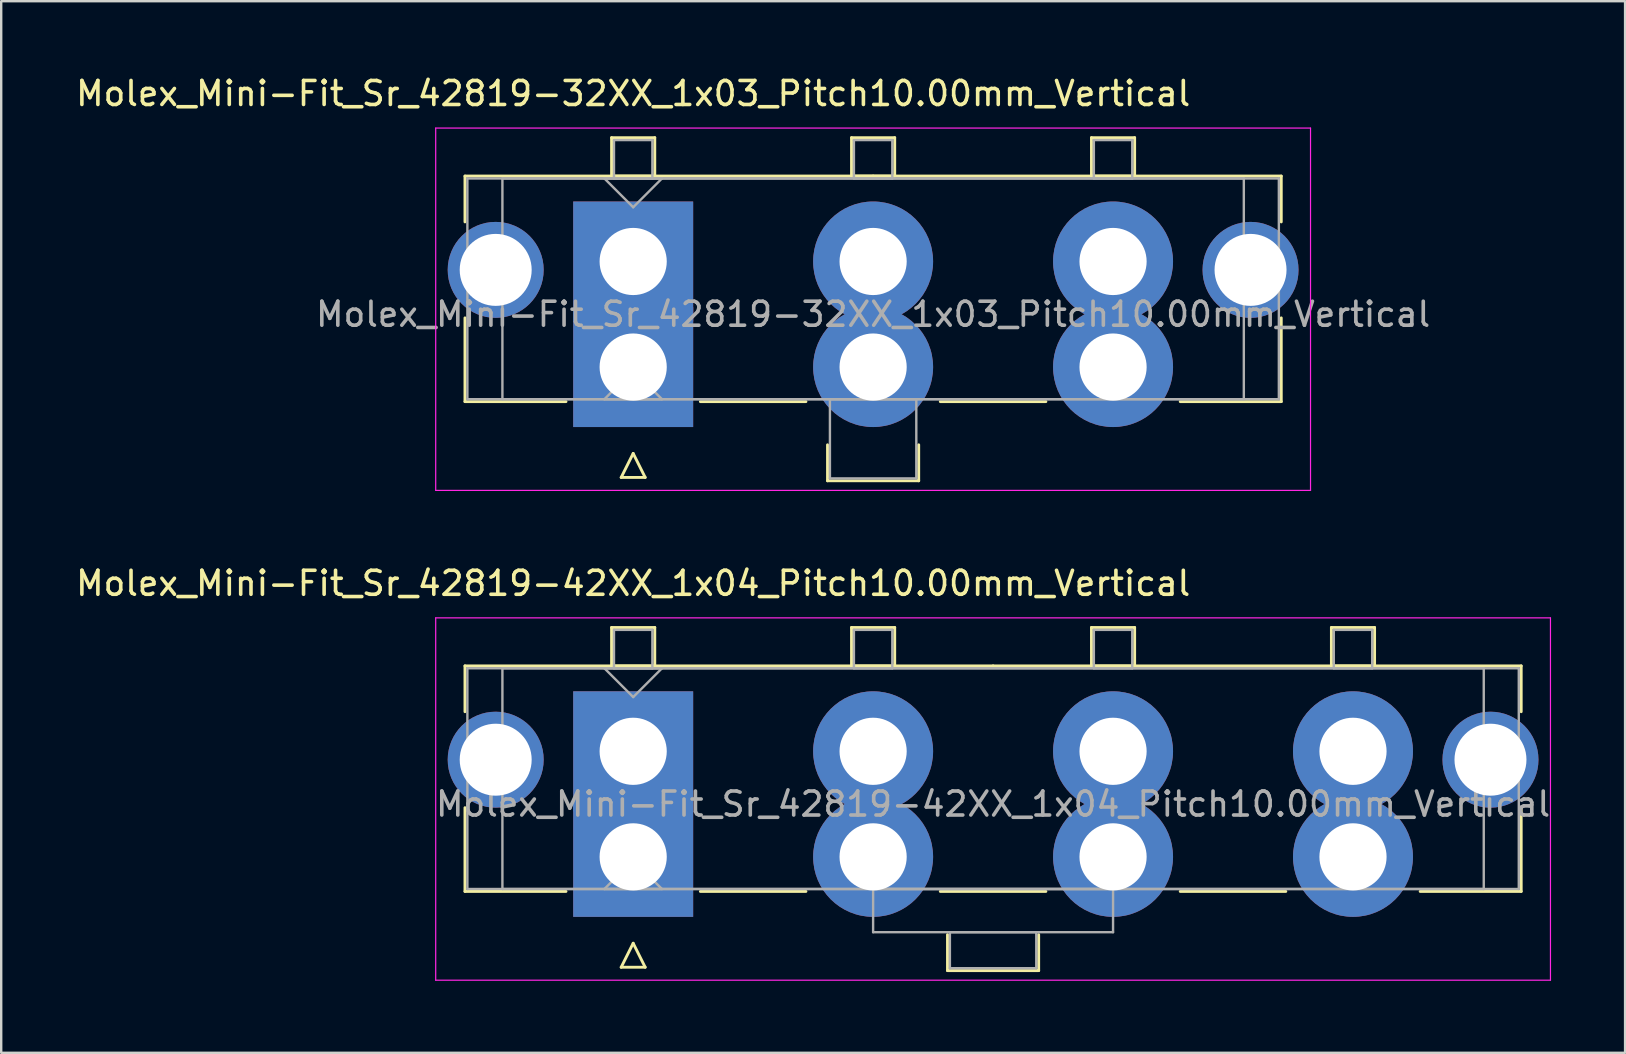
<source format=kicad_pcb>
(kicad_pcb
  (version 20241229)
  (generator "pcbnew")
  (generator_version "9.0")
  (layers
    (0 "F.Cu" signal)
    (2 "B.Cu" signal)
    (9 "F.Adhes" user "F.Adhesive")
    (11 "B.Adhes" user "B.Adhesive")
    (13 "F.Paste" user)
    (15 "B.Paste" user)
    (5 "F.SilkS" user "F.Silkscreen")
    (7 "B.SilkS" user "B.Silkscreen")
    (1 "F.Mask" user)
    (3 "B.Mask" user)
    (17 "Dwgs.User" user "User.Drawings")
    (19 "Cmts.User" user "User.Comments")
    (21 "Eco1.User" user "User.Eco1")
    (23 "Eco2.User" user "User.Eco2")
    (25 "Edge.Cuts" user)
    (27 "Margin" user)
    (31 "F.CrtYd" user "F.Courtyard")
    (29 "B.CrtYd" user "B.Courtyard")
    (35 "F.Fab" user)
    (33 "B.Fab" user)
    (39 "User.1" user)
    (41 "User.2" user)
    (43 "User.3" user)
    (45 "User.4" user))
  (footprint "Molex_Mini-Fit_Sr_42819-32XX_1x03_Pitch10.00mm_Vertical"
    (layer "F.Cu")
    (at 23.339 7.848)
    (property "Reference" "Molex_Mini-Fit_Sr_42819-32XX_1x03_Pitch10.00mm_Vertical" (at 0 -7 0) (layer "F.SilkS") (effects (font (size 1 1) (thickness 0.15))))
    (attr through_hole)
    (fp_line (start -7.01 -3.56) (end -7.01 -1.65) (stroke (width 0.12) (type solid)) (layer "F.SilkS"))
    (fp_line (start -7.01 2.35) (end -7.01 5.84) (stroke (width 0.12) (type solid)) (layer "F.SilkS"))
    (fp_line (start -7.01 5.84) (end -2.8 5.84) (stroke (width 0.12) (type solid)) (layer "F.SilkS"))
    (fp_line (start -0.9 -5.16) (end 0.9 -5.16) (stroke (width 0.12) (type solid)) (layer "F.SilkS"))
    (fp_line (start -0.9 -3.56) (end -0.9 -5.16) (stroke (width 0.12) (type solid)) (layer "F.SilkS"))
    (fp_line (start -0.5 9) (end 0 8) (stroke (width 0.12) (type solid)) (layer "F.SilkS"))
    (fp_line (start 0 8) (end 0.5 9) (stroke (width 0.12) (type solid)) (layer "F.SilkS"))
    (fp_line (start 0.5 9) (end -0.5 9) (stroke (width 0.12) (type solid)) (layer "F.SilkS"))
    (fp_line (start 0.9 -5.16) (end 0.9 -3.56) (stroke (width 0.12) (type solid)) (layer "F.SilkS"))
    (fp_line (start 0.9 -3.56) (end -0.9 -3.56) (stroke (width 0.12) (type solid)) (layer "F.SilkS"))
    (fp_line (start 2.8 5.84) (end 7.2 5.84) (stroke (width 0.12) (type solid)) (layer "F.SilkS"))
    (fp_line (start 8.1 7.64) (end 8.1 9.14) (stroke (width 0.12) (type solid)) (layer "F.SilkS"))
    (fp_line (start 8.1 9.14) (end 11.9 9.14) (stroke (width 0.12) (type solid)) (layer "F.SilkS"))
    (fp_line (start 9.1 -5.16) (end 10.9 -5.16) (stroke (width 0.12) (type solid)) (layer "F.SilkS"))
    (fp_line (start 9.1 -3.56) (end 9.1 -5.16) (stroke (width 0.12) (type solid)) (layer "F.SilkS"))
    (fp_line (start 10 -3.56) (end -7.01 -3.56) (stroke (width 0.12) (type solid)) (layer "F.SilkS"))
    (fp_line (start 10 -3.56) (end 27.01 -3.56) (stroke (width 0.12) (type solid)) (layer "F.SilkS"))
    (fp_line (start 10.9 -5.16) (end 10.9 -3.56) (stroke (width 0.12) (type solid)) (layer "F.SilkS"))
    (fp_line (start 10.9 -3.56) (end 9.1 -3.56) (stroke (width 0.12) (type solid)) (layer "F.SilkS"))
    (fp_line (start 11.9 9.14) (end 11.9 7.64) (stroke (width 0.12) (type solid)) (layer "F.SilkS"))
    (fp_line (start 12.8 5.84) (end 17.2 5.84) (stroke (width 0.12) (type solid)) (layer "F.SilkS"))
    (fp_line (start 19.1 -5.16) (end 20.9 -5.16) (stroke (width 0.12) (type solid)) (layer "F.SilkS"))
    (fp_line (start 19.1 -3.56) (end 19.1 -5.16) (stroke (width 0.12) (type solid)) (layer "F.SilkS"))
    (fp_line (start 20.9 -5.16) (end 20.9 -3.56) (stroke (width 0.12) (type solid)) (layer "F.SilkS"))
    (fp_line (start 20.9 -3.56) (end 19.1 -3.56) (stroke (width 0.12) (type solid)) (layer "F.SilkS"))
    (fp_line (start 27.01 -3.56) (end 27.01 -1.65) (stroke (width 0.12) (type solid)) (layer "F.SilkS"))
    (fp_line (start 27.01 2.35) (end 27.01 5.84) (stroke (width 0.12) (type solid)) (layer "F.SilkS"))
    (fp_line (start 27.01 5.84) (end 22.8 5.84) (stroke (width 0.12) (type solid)) (layer "F.SilkS"))
    (fp_line (start -8.23 -5.56) (end -8.23 9.54) (stroke (width 0.05) (type solid)) (layer "F.CrtYd"))
    (fp_line (start -8.23 9.54) (end 28.23 9.54) (stroke (width 0.05) (type solid)) (layer "F.CrtYd"))
    (fp_line (start 28.23 -5.56) (end -8.23 -5.56) (stroke (width 0.05) (type solid)) (layer "F.CrtYd"))
    (fp_line (start 28.23 9.54) (end 28.23 -5.56) (stroke (width 0.05) (type solid)) (layer "F.CrtYd"))
    (fp_line (start -6.91 -3.46) (end -6.91 5.74) (stroke (width 0.1) (type solid)) (layer "F.Fab"))
    (fp_line (start -6.91 5.74) (end 26.91 5.74) (stroke (width 0.1) (type solid)) (layer "F.Fab"))
    (fp_line (start -5.45 -3.46) (end -5.45 5.74) (stroke (width 0.1) (type solid)) (layer "F.Fab"))
    (fp_line (start -5.45 5.74) (end 25.45 5.74) (stroke (width 0.1) (type solid)) (layer "F.Fab"))
    (fp_line (start -1.2 -3.46) (end 0 -2.26) (stroke (width 0.1) (type solid)) (layer "F.Fab"))
    (fp_line (start -1.2 5.74) (end 0 4.54) (stroke (width 0.1) (type solid)) (layer "F.Fab"))
    (fp_line (start -0.8 -5.06) (end 0.8 -5.06) (stroke (width 0.1) (type solid)) (layer "F.Fab"))
    (fp_line (start -0.8 -3.46) (end -0.8 -5.06) (stroke (width 0.1) (type solid)) (layer "F.Fab"))
    (fp_line (start 0 -2.26) (end 1.2 -3.46) (stroke (width 0.1) (type solid)) (layer "F.Fab"))
    (fp_line (start 0 4.54) (end 1.2 5.74) (stroke (width 0.1) (type solid)) (layer "F.Fab"))
    (fp_line (start 0.8 -5.06) (end 0.8 -3.46) (stroke (width 0.1) (type solid)) (layer "F.Fab"))
    (fp_line (start 0.8 -3.46) (end -0.8 -3.46) (stroke (width 0.1) (type solid)) (layer "F.Fab"))
    (fp_line (start 1.2 -3.46) (end -1.2 -3.46) (stroke (width 0.1) (type solid)) (layer "F.Fab"))
    (fp_line (start 1.2 5.74) (end -1.2 5.74) (stroke (width 0.1) (type solid)) (layer "F.Fab"))
    (fp_line (start 8.2 5.74) (end 8.2 9.04) (stroke (width 0.1) (type solid)) (layer "F.Fab"))
    (fp_line (start 8.2 9.04) (end 11.8 9.04) (stroke (width 0.1) (type solid)) (layer "F.Fab"))
    (fp_line (start 9.2 -5.06) (end 10.8 -5.06) (stroke (width 0.1) (type solid)) (layer "F.Fab"))
    (fp_line (start 9.2 -3.46) (end 9.2 -5.06) (stroke (width 0.1) (type solid)) (layer "F.Fab"))
    (fp_line (start 10.8 -5.06) (end 10.8 -3.46) (stroke (width 0.1) (type solid)) (layer "F.Fab"))
    (fp_line (start 10.8 -3.46) (end 9.2 -3.46) (stroke (width 0.1) (type solid)) (layer "F.Fab"))
    (fp_line (start 11.8 5.74) (end 8.2 5.74) (stroke (width 0.1) (type solid)) (layer "F.Fab"))
    (fp_line (start 11.8 9.04) (end 11.8 5.74) (stroke (width 0.1) (type solid)) (layer "F.Fab"))
    (fp_line (start 19.2 -5.06) (end 20.8 -5.06) (stroke (width 0.1) (type solid)) (layer "F.Fab"))
    (fp_line (start 19.2 -3.46) (end 19.2 -5.06) (stroke (width 0.1) (type solid)) (layer "F.Fab"))
    (fp_line (start 20.8 -5.06) (end 20.8 -3.46) (stroke (width 0.1) (type solid)) (layer "F.Fab"))
    (fp_line (start 20.8 -3.46) (end 19.2 -3.46) (stroke (width 0.1) (type solid)) (layer "F.Fab"))
    (fp_line (start 25.45 -3.46) (end -5.45 -3.46) (stroke (width 0.1) (type solid)) (layer "F.Fab"))
    (fp_line (start 25.45 5.74) (end 25.45 -3.46) (stroke (width 0.1) (type solid)) (layer "F.Fab"))
    (fp_line (start 26.91 -3.46) (end -6.91 -3.46) (stroke (width 0.1) (type solid)) (layer "F.Fab"))
    (fp_line (start 26.91 5.74) (end 26.91 -3.46) (stroke (width 0.1) (type solid)) (layer "F.Fab"))
    (fp_text user "${REFERENCE}" (at 10 2.2 0) (layer "F.Fab") (effects (font (size 1 1) (thickness 0.15))))
    (pad "" thru_hole circle (at -5.73 0.35) (size 4 4) (drill 3) (layers "*.Cu" "*.Mask"))
    (pad "" thru_hole circle (at 25.73 0.35) (size 4 4) (drill 3) (layers "*.Cu" "*.Mask"))
    (pad "1" thru_hole rect (at 0 0) (size 5 5) (drill 2.8) (layers "*.Cu" "*.Mask"))
    (pad "1" thru_hole rect (at 0 4.4) (size 5 5) (drill 2.8) (layers "*.Cu" "*.Mask"))
    (pad "2" thru_hole circle (at 10 0) (size 5 5) (drill 2.8) (layers "*.Cu" "*.Mask"))
    (pad "2" thru_hole circle (at 10 4.4) (size 5 5) (drill 2.8) (layers "*.Cu" "*.Mask"))
    (pad "3" thru_hole circle (at 20 0) (size 5 5) (drill 2.8) (layers "*.Cu" "*.Mask"))
    (pad "3" thru_hole circle (at 20 4.4) (size 5 5) (drill 2.8) (layers "*.Cu" "*.Mask")))
  (footprint "Molex_Mini-Fit_Sr_42819-42XX_1x04_Pitch10.00mm_Vertical"
    (layer "F.Cu")
    (at 23.339 28.262)
    (property "Reference" "Molex_Mini-Fit_Sr_42819-42XX_1x04_Pitch10.00mm_Vertical" (at 0 -7 0) (layer "F.SilkS") (effects (font (size 1 1) (thickness 0.15))))
    (attr through_hole)
    (fp_line (start -7.01 -3.56) (end -7.01 -1.65) (stroke (width 0.12) (type solid)) (layer "F.SilkS"))
    (fp_line (start -7.01 2.35) (end -7.01 5.84) (stroke (width 0.12) (type solid)) (layer "F.SilkS"))
    (fp_line (start -7.01 5.84) (end -2.8 5.84) (stroke (width 0.12) (type solid)) (layer "F.SilkS"))
    (fp_line (start -0.9 -5.16) (end 0.9 -5.16) (stroke (width 0.12) (type solid)) (layer "F.SilkS"))
    (fp_line (start -0.9 -3.56) (end -0.9 -5.16) (stroke (width 0.12) (type solid)) (layer "F.SilkS"))
    (fp_line (start -0.5 9) (end 0 8) (stroke (width 0.12) (type solid)) (layer "F.SilkS"))
    (fp_line (start 0 8) (end 0.5 9) (stroke (width 0.12) (type solid)) (layer "F.SilkS"))
    (fp_line (start 0.5 9) (end -0.5 9) (stroke (width 0.12) (type solid)) (layer "F.SilkS"))
    (fp_line (start 0.9 -5.16) (end 0.9 -3.56) (stroke (width 0.12) (type solid)) (layer "F.SilkS"))
    (fp_line (start 0.9 -3.56) (end -0.9 -3.56) (stroke (width 0.12) (type solid)) (layer "F.SilkS"))
    (fp_line (start 2.8 5.84) (end 7.2 5.84) (stroke (width 0.12) (type solid)) (layer "F.SilkS"))
    (fp_line (start 9.1 -5.16) (end 10.9 -5.16) (stroke (width 0.12) (type solid)) (layer "F.SilkS"))
    (fp_line (start 9.1 -3.56) (end 9.1 -5.16) (stroke (width 0.12) (type solid)) (layer "F.SilkS"))
    (fp_line (start 10.9 -5.16) (end 10.9 -3.56) (stroke (width 0.12) (type solid)) (layer "F.SilkS"))
    (fp_line (start 10.9 -3.56) (end 9.1 -3.56) (stroke (width 0.12) (type solid)) (layer "F.SilkS"))
    (fp_line (start 12.8 5.84) (end 17.2 5.84) (stroke (width 0.12) (type solid)) (layer "F.SilkS"))
    (fp_line (start 13.1 7.64) (end 13.1 9.14) (stroke (width 0.12) (type solid)) (layer "F.SilkS"))
    (fp_line (start 13.1 9.14) (end 16.9 9.14) (stroke (width 0.12) (type solid)) (layer "F.SilkS"))
    (fp_line (start 15 -3.56) (end -7.01 -3.56) (stroke (width 0.12) (type solid)) (layer "F.SilkS"))
    (fp_line (start 15 -3.56) (end 37.01 -3.56) (stroke (width 0.12) (type solid)) (layer "F.SilkS"))
    (fp_line (start 16.9 9.14) (end 16.9 7.64) (stroke (width 0.12) (type solid)) (layer "F.SilkS"))
    (fp_line (start 19.1 -5.16) (end 20.9 -5.16) (stroke (width 0.12) (type solid)) (layer "F.SilkS"))
    (fp_line (start 19.1 -3.56) (end 19.1 -5.16) (stroke (width 0.12) (type solid)) (layer "F.SilkS"))
    (fp_line (start 20.9 -5.16) (end 20.9 -3.56) (stroke (width 0.12) (type solid)) (layer "F.SilkS"))
    (fp_line (start 20.9 -3.56) (end 19.1 -3.56) (stroke (width 0.12) (type solid)) (layer "F.SilkS"))
    (fp_line (start 22.8 5.84) (end 27.2 5.84) (stroke (width 0.12) (type solid)) (layer "F.SilkS"))
    (fp_line (start 29.1 -5.16) (end 30.9 -5.16) (stroke (width 0.12) (type solid)) (layer "F.SilkS"))
    (fp_line (start 29.1 -3.56) (end 29.1 -5.16) (stroke (width 0.12) (type solid)) (layer "F.SilkS"))
    (fp_line (start 30.9 -5.16) (end 30.9 -3.56) (stroke (width 0.12) (type solid)) (layer "F.SilkS"))
    (fp_line (start 30.9 -3.56) (end 29.1 -3.56) (stroke (width 0.12) (type solid)) (layer "F.SilkS"))
    (fp_line (start 37.01 -3.56) (end 37.01 -1.65) (stroke (width 0.12) (type solid)) (layer "F.SilkS"))
    (fp_line (start 37.01 2.35) (end 37.01 5.84) (stroke (width 0.12) (type solid)) (layer "F.SilkS"))
    (fp_line (start 37.01 5.84) (end 32.8 5.84) (stroke (width 0.12) (type solid)) (layer "F.SilkS"))
    (fp_line (start -8.23 -5.56) (end -8.23 9.54) (stroke (width 0.05) (type solid)) (layer "F.CrtYd"))
    (fp_line (start -8.23 9.54) (end 38.23 9.54) (stroke (width 0.05) (type solid)) (layer "F.CrtYd"))
    (fp_line (start 38.23 -5.56) (end -8.23 -5.56) (stroke (width 0.05) (type solid)) (layer "F.CrtYd"))
    (fp_line (start 38.23 9.54) (end 38.23 -5.56) (stroke (width 0.05) (type solid)) (layer "F.CrtYd"))
    (fp_line (start -6.91 -3.46) (end -6.91 5.74) (stroke (width 0.1) (type solid)) (layer "F.Fab"))
    (fp_line (start -6.91 5.74) (end 36.91 5.74) (stroke (width 0.1) (type solid)) (layer "F.Fab"))
    (fp_line (start -5.45 -3.46) (end -5.45 5.74) (stroke (width 0.1) (type solid)) (layer "F.Fab"))
    (fp_line (start -5.45 5.74) (end 35.45 5.74) (stroke (width 0.1) (type solid)) (layer "F.Fab"))
    (fp_line (start -1.2 -3.46) (end 0 -2.26) (stroke (width 0.1) (type solid)) (layer "F.Fab"))
    (fp_line (start -1.2 5.74) (end 0 4.54) (stroke (width 0.1) (type solid)) (layer "F.Fab"))
    (fp_line (start -0.8 -5.06) (end 0.8 -5.06) (stroke (width 0.1) (type solid)) (layer "F.Fab"))
    (fp_line (start -0.8 -3.46) (end -0.8 -5.06) (stroke (width 0.1) (type solid)) (layer "F.Fab"))
    (fp_line (start 0 -2.26) (end 1.2 -3.46) (stroke (width 0.1) (type solid)) (layer "F.Fab"))
    (fp_line (start 0 4.54) (end 1.2 5.74) (stroke (width 0.1) (type solid)) (layer "F.Fab"))
    (fp_line (start 0.8 -5.06) (end 0.8 -3.46) (stroke (width 0.1) (type solid)) (layer "F.Fab"))
    (fp_line (start 0.8 -3.46) (end -0.8 -3.46) (stroke (width 0.1) (type solid)) (layer "F.Fab"))
    (fp_line (start 1.2 -3.46) (end -1.2 -3.46) (stroke (width 0.1) (type solid)) (layer "F.Fab"))
    (fp_line (start 1.2 5.74) (end -1.2 5.74) (stroke (width 0.1) (type solid)) (layer "F.Fab"))
    (fp_line (start 9.2 -5.06) (end 10.8 -5.06) (stroke (width 0.1) (type solid)) (layer "F.Fab"))
    (fp_line (start 9.2 -3.46) (end 9.2 -5.06) (stroke (width 0.1) (type solid)) (layer "F.Fab"))
    (fp_line (start 10 5.74) (end 10 7.54) (stroke (width 0.1) (type solid)) (layer "F.Fab"))
    (fp_line (start 10 7.54) (end 20 7.54) (stroke (width 0.1) (type solid)) (layer "F.Fab"))
    (fp_line (start 10.8 -5.06) (end 10.8 -3.46) (stroke (width 0.1) (type solid)) (layer "F.Fab"))
    (fp_line (start 10.8 -3.46) (end 9.2 -3.46) (stroke (width 0.1) (type solid)) (layer "F.Fab"))
    (fp_line (start 13.2 7.54) (end 13.2 9.04) (stroke (width 0.1) (type solid)) (layer "F.Fab"))
    (fp_line (start 13.2 9.04) (end 16.8 9.04) (stroke (width 0.1) (type solid)) (layer "F.Fab"))
    (fp_line (start 16.8 7.54) (end 13.2 7.54) (stroke (width 0.1) (type solid)) (layer "F.Fab"))
    (fp_line (start 16.8 9.04) (end 16.8 7.54) (stroke (width 0.1) (type solid)) (layer "F.Fab"))
    (fp_line (start 19.2 -5.06) (end 20.8 -5.06) (stroke (width 0.1) (type solid)) (layer "F.Fab"))
    (fp_line (start 19.2 -3.46) (end 19.2 -5.06) (stroke (width 0.1) (type solid)) (layer "F.Fab"))
    (fp_line (start 20 5.74) (end 10 5.74) (stroke (width 0.1) (type solid)) (layer "F.Fab"))
    (fp_line (start 20 7.54) (end 20 5.74) (stroke (width 0.1) (type solid)) (layer "F.Fab"))
    (fp_line (start 20.8 -5.06) (end 20.8 -3.46) (stroke (width 0.1) (type solid)) (layer "F.Fab"))
    (fp_line (start 20.8 -3.46) (end 19.2 -3.46) (stroke (width 0.1) (type solid)) (layer "F.Fab"))
    (fp_line (start 29.2 -5.06) (end 30.8 -5.06) (stroke (width 0.1) (type solid)) (layer "F.Fab"))
    (fp_line (start 29.2 -3.46) (end 29.2 -5.06) (stroke (width 0.1) (type solid)) (layer "F.Fab"))
    (fp_line (start 30.8 -5.06) (end 30.8 -3.46) (stroke (width 0.1) (type solid)) (layer "F.Fab"))
    (fp_line (start 30.8 -3.46) (end 29.2 -3.46) (stroke (width 0.1) (type solid)) (layer "F.Fab"))
    (fp_line (start 35.45 -3.46) (end -5.45 -3.46) (stroke (width 0.1) (type solid)) (layer "F.Fab"))
    (fp_line (start 35.45 5.74) (end 35.45 -3.46) (stroke (width 0.1) (type solid)) (layer "F.Fab"))
    (fp_line (start 36.91 -3.46) (end -6.91 -3.46) (stroke (width 0.1) (type solid)) (layer "F.Fab"))
    (fp_line (start 36.91 5.74) (end 36.91 -3.46) (stroke (width 0.1) (type solid)) (layer "F.Fab"))
    (fp_text user "${REFERENCE}" (at 15 2.2 0) (layer "F.Fab") (effects (font (size 1 1) (thickness 0.15))))
    (pad "" thru_hole circle (at -5.73 0.35) (size 4 4) (drill 3) (layers "*.Cu" "*.Mask"))
    (pad "" thru_hole circle (at 35.73 0.35) (size 4 4) (drill 3) (layers "*.Cu" "*.Mask"))
    (pad "1" thru_hole rect (at 0 0) (size 5 5) (drill 2.8) (layers "*.Cu" "*.Mask"))
    (pad "1" thru_hole rect (at 0 4.4) (size 5 5) (drill 2.8) (layers "*.Cu" "*.Mask"))
    (pad "2" thru_hole circle (at 10 0) (size 5 5) (drill 2.8) (layers "*.Cu" "*.Mask"))
    (pad "2" thru_hole circle (at 10 4.4) (size 5 5) (drill 2.8) (layers "*.Cu" "*.Mask"))
    (pad "3" thru_hole circle (at 20 0) (size 5 5) (drill 2.8) (layers "*.Cu" "*.Mask"))
    (pad "3" thru_hole circle (at 20 4.4) (size 5 5) (drill 2.8) (layers "*.Cu" "*.Mask"))
    (pad "4" thru_hole circle (at 30 0) (size 5 5) (drill 2.8) (layers "*.Cu" "*.Mask"))
    (pad "4" thru_hole circle (at 30 4.4) (size 5 5) (drill 2.8) (layers "*.Cu" "*.Mask")))
  (gr_rect
    (start -3 -3)
    (end 64.679 40.827)
    (stroke (width 0.1) (type default))
    (fill no)
    (layer "Edge.Cuts")))
</source>
